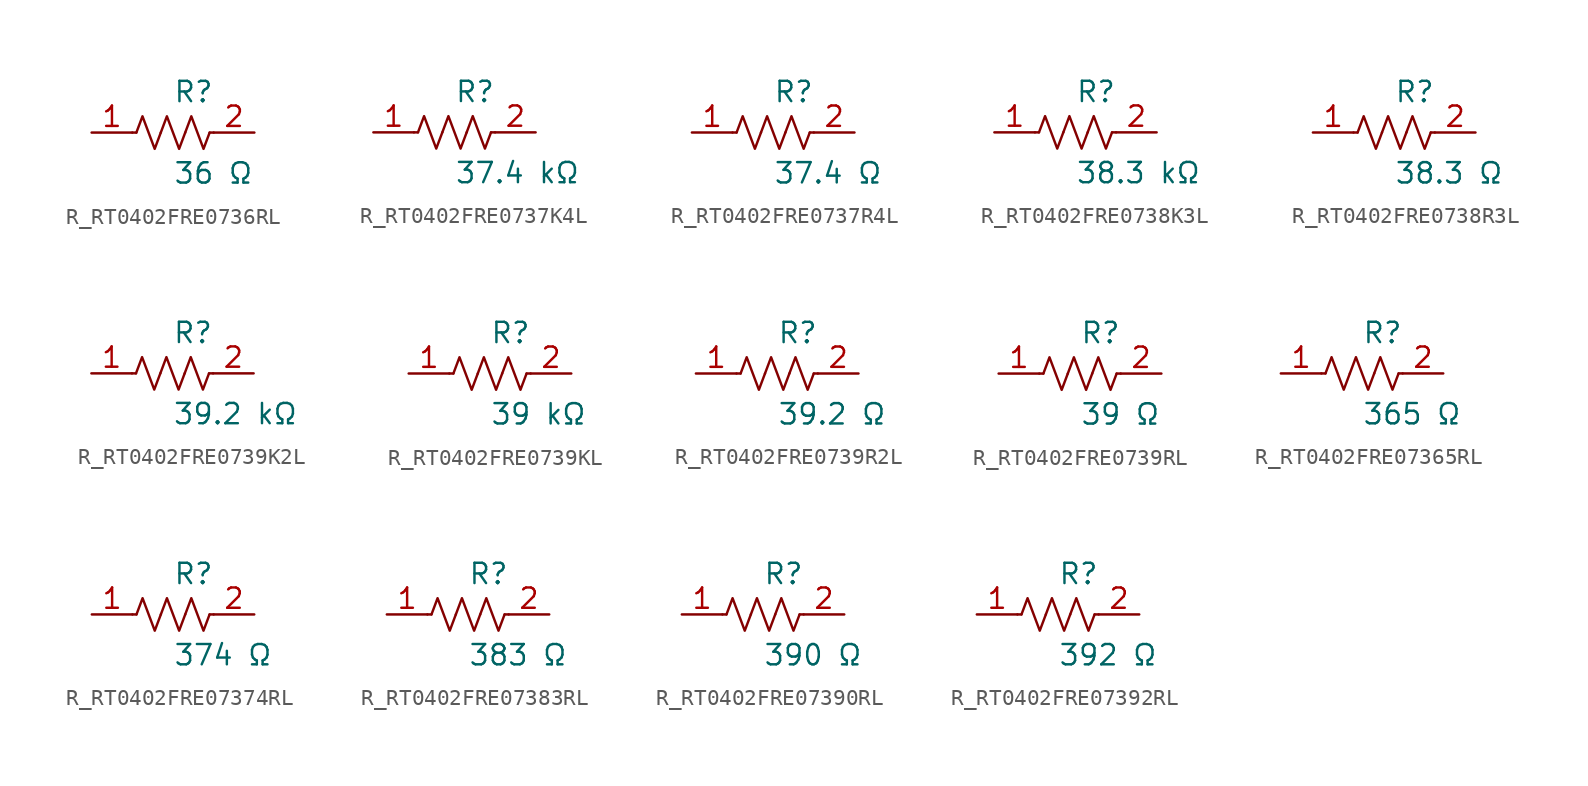
<source format=kicad_sym>
(kicad_symbol_lib
  (version 20231120)
  (generator kicad_symbol_editor)
  (generator_version 8.0)
  (symbol "R_RT0402FRE0736RL"
    (pin_names
      (offset 0.254))
    (property "Reference" "R"
      (at 0.0 2.54 0)
      (effects (font (size 1.27 1.27)) (justify left)))
    (property "Value" "36 Ω"
      (at 0.0 -2.54 0)
      (effects (font (size 1.27 1.27)) (justify left)))
    (symbol "R_RT0402FRE0736RL_0_1"
      (polyline (pts (xy 2.286 0) (xy 2.54 0)) (stroke (width 0) (type default)) (fill (type none)))
      (polyline (pts (xy -2.286 0) (xy -2.54 0)) (stroke (width 0) (type default)) (fill (type none)))
      (polyline (pts (xy 0.762 0) (xy 1.143 1.016) (xy 1.524 0) (xy 1.905 -1.016) (xy 2.286 0)) (stroke (width 0) (type default)) (fill (type none)))
      (polyline (pts (xy -0.762 0) (xy -0.381 1.016) (xy 0 0) (xy 0.381 -1.016) (xy 0.762 0)) (stroke (width 0) (type default)) (fill (type none)))
      (polyline (pts (xy -2.286 0) (xy -1.905 1.016) (xy -1.524 0) (xy -1.143 -1.016) (xy -0.762 0)) (stroke (width 0) (type default)) (fill (type none))))
    (pin unspecified line
      (at -5.08 0 0)
      (length 2.54)
      (name "" (effects (font (size 1.27 1.27))))
      (number "1" (effects (font (size 1.27 1.27)))))
    (pin unspecified line
      (at 5.08 0 180)
      (length 2.54)
      (name "" (effects (font (size 1.27 1.27))))
      (number "2" (effects (font (size 1.27 1.27))))))
  (symbol "R_RT0402FRE0737K4L"
    (pin_names
      (offset 0.254))
    (property "Reference" "R"
      (at 0.0 2.54 0)
      (effects (font (size 1.27 1.27)) (justify left)))
    (property "Value" "37.4 kΩ"
      (at 0.0 -2.54 0)
      (effects (font (size 1.27 1.27)) (justify left)))
    (symbol "R_RT0402FRE0737K4L_0_1"
      (polyline (pts (xy 2.286 0) (xy 2.54 0)) (stroke (width 0) (type default)) (fill (type none)))
      (polyline (pts (xy -2.286 0) (xy -2.54 0)) (stroke (width 0) (type default)) (fill (type none)))
      (polyline (pts (xy 0.762 0) (xy 1.143 1.016) (xy 1.524 0) (xy 1.905 -1.016) (xy 2.286 0)) (stroke (width 0) (type default)) (fill (type none)))
      (polyline (pts (xy -0.762 0) (xy -0.381 1.016) (xy 0 0) (xy 0.381 -1.016) (xy 0.762 0)) (stroke (width 0) (type default)) (fill (type none)))
      (polyline (pts (xy -2.286 0) (xy -1.905 1.016) (xy -1.524 0) (xy -1.143 -1.016) (xy -0.762 0)) (stroke (width 0) (type default)) (fill (type none))))
    (pin unspecified line
      (at -5.08 0 0)
      (length 2.54)
      (name "" (effects (font (size 1.27 1.27))))
      (number "1" (effects (font (size 1.27 1.27)))))
    (pin unspecified line
      (at 5.08 0 180)
      (length 2.54)
      (name "" (effects (font (size 1.27 1.27))))
      (number "2" (effects (font (size 1.27 1.27))))))
  (symbol "R_RT0402FRE0737R4L"
    (pin_names
      (offset 0.254))
    (property "Reference" "R"
      (at 0.0 2.54 0)
      (effects (font (size 1.27 1.27)) (justify left)))
    (property "Value" "37.4 Ω"
      (at 0.0 -2.54 0)
      (effects (font (size 1.27 1.27)) (justify left)))
    (symbol "R_RT0402FRE0737R4L_0_1"
      (polyline (pts (xy 2.286 0) (xy 2.54 0)) (stroke (width 0) (type default)) (fill (type none)))
      (polyline (pts (xy -2.286 0) (xy -2.54 0)) (stroke (width 0) (type default)) (fill (type none)))
      (polyline (pts (xy 0.762 0) (xy 1.143 1.016) (xy 1.524 0) (xy 1.905 -1.016) (xy 2.286 0)) (stroke (width 0) (type default)) (fill (type none)))
      (polyline (pts (xy -0.762 0) (xy -0.381 1.016) (xy 0 0) (xy 0.381 -1.016) (xy 0.762 0)) (stroke (width 0) (type default)) (fill (type none)))
      (polyline (pts (xy -2.286 0) (xy -1.905 1.016) (xy -1.524 0) (xy -1.143 -1.016) (xy -0.762 0)) (stroke (width 0) (type default)) (fill (type none))))
    (pin unspecified line
      (at -5.08 0 0)
      (length 2.54)
      (name "" (effects (font (size 1.27 1.27))))
      (number "1" (effects (font (size 1.27 1.27)))))
    (pin unspecified line
      (at 5.08 0 180)
      (length 2.54)
      (name "" (effects (font (size 1.27 1.27))))
      (number "2" (effects (font (size 1.27 1.27))))))
  (symbol "R_RT0402FRE0738K3L"
    (pin_names
      (offset 0.254))
    (property "Reference" "R"
      (at 0.0 2.54 0)
      (effects (font (size 1.27 1.27)) (justify left)))
    (property "Value" "38.3 kΩ"
      (at 0.0 -2.54 0)
      (effects (font (size 1.27 1.27)) (justify left)))
    (symbol "R_RT0402FRE0738K3L_0_1"
      (polyline (pts (xy 2.286 0) (xy 2.54 0)) (stroke (width 0) (type default)) (fill (type none)))
      (polyline (pts (xy -2.286 0) (xy -2.54 0)) (stroke (width 0) (type default)) (fill (type none)))
      (polyline (pts (xy 0.762 0) (xy 1.143 1.016) (xy 1.524 0) (xy 1.905 -1.016) (xy 2.286 0)) (stroke (width 0) (type default)) (fill (type none)))
      (polyline (pts (xy -0.762 0) (xy -0.381 1.016) (xy 0 0) (xy 0.381 -1.016) (xy 0.762 0)) (stroke (width 0) (type default)) (fill (type none)))
      (polyline (pts (xy -2.286 0) (xy -1.905 1.016) (xy -1.524 0) (xy -1.143 -1.016) (xy -0.762 0)) (stroke (width 0) (type default)) (fill (type none))))
    (pin unspecified line
      (at -5.08 0 0)
      (length 2.54)
      (name "" (effects (font (size 1.27 1.27))))
      (number "1" (effects (font (size 1.27 1.27)))))
    (pin unspecified line
      (at 5.08 0 180)
      (length 2.54)
      (name "" (effects (font (size 1.27 1.27))))
      (number "2" (effects (font (size 1.27 1.27))))))
  (symbol "R_RT0402FRE0738R3L"
    (pin_names
      (offset 0.254))
    (property "Reference" "R"
      (at 0.0 2.54 0)
      (effects (font (size 1.27 1.27)) (justify left)))
    (property "Value" "38.3 Ω"
      (at 0.0 -2.54 0)
      (effects (font (size 1.27 1.27)) (justify left)))
    (symbol "R_RT0402FRE0738R3L_0_1"
      (polyline (pts (xy 2.286 0) (xy 2.54 0)) (stroke (width 0) (type default)) (fill (type none)))
      (polyline (pts (xy -2.286 0) (xy -2.54 0)) (stroke (width 0) (type default)) (fill (type none)))
      (polyline (pts (xy 0.762 0) (xy 1.143 1.016) (xy 1.524 0) (xy 1.905 -1.016) (xy 2.286 0)) (stroke (width 0) (type default)) (fill (type none)))
      (polyline (pts (xy -0.762 0) (xy -0.381 1.016) (xy 0 0) (xy 0.381 -1.016) (xy 0.762 0)) (stroke (width 0) (type default)) (fill (type none)))
      (polyline (pts (xy -2.286 0) (xy -1.905 1.016) (xy -1.524 0) (xy -1.143 -1.016) (xy -0.762 0)) (stroke (width 0) (type default)) (fill (type none))))
    (pin unspecified line
      (at -5.08 0 0)
      (length 2.54)
      (name "" (effects (font (size 1.27 1.27))))
      (number "1" (effects (font (size 1.27 1.27)))))
    (pin unspecified line
      (at 5.08 0 180)
      (length 2.54)
      (name "" (effects (font (size 1.27 1.27))))
      (number "2" (effects (font (size 1.27 1.27))))))
  (symbol "R_RT0402FRE0739K2L"
    (pin_names
      (offset 0.254))
    (property "Reference" "R"
      (at 0.0 2.54 0)
      (effects (font (size 1.27 1.27)) (justify left)))
    (property "Value" "39.2 kΩ"
      (at 0.0 -2.54 0)
      (effects (font (size 1.27 1.27)) (justify left)))
    (symbol "R_RT0402FRE0739K2L_0_1"
      (polyline (pts (xy 2.286 0) (xy 2.54 0)) (stroke (width 0) (type default)) (fill (type none)))
      (polyline (pts (xy -2.286 0) (xy -2.54 0)) (stroke (width 0) (type default)) (fill (type none)))
      (polyline (pts (xy 0.762 0) (xy 1.143 1.016) (xy 1.524 0) (xy 1.905 -1.016) (xy 2.286 0)) (stroke (width 0) (type default)) (fill (type none)))
      (polyline (pts (xy -0.762 0) (xy -0.381 1.016) (xy 0 0) (xy 0.381 -1.016) (xy 0.762 0)) (stroke (width 0) (type default)) (fill (type none)))
      (polyline (pts (xy -2.286 0) (xy -1.905 1.016) (xy -1.524 0) (xy -1.143 -1.016) (xy -0.762 0)) (stroke (width 0) (type default)) (fill (type none))))
    (pin unspecified line
      (at -5.08 0 0)
      (length 2.54)
      (name "" (effects (font (size 1.27 1.27))))
      (number "1" (effects (font (size 1.27 1.27)))))
    (pin unspecified line
      (at 5.08 0 180)
      (length 2.54)
      (name "" (effects (font (size 1.27 1.27))))
      (number "2" (effects (font (size 1.27 1.27))))))
  (symbol "R_RT0402FRE0739KL"
    (pin_names
      (offset 0.254))
    (property "Reference" "R"
      (at 0.0 2.54 0)
      (effects (font (size 1.27 1.27)) (justify left)))
    (property "Value" "39 kΩ"
      (at 0.0 -2.54 0)
      (effects (font (size 1.27 1.27)) (justify left)))
    (symbol "R_RT0402FRE0739KL_0_1"
      (polyline (pts (xy 2.286 0) (xy 2.54 0)) (stroke (width 0) (type default)) (fill (type none)))
      (polyline (pts (xy -2.286 0) (xy -2.54 0)) (stroke (width 0) (type default)) (fill (type none)))
      (polyline (pts (xy 0.762 0) (xy 1.143 1.016) (xy 1.524 0) (xy 1.905 -1.016) (xy 2.286 0)) (stroke (width 0) (type default)) (fill (type none)))
      (polyline (pts (xy -0.762 0) (xy -0.381 1.016) (xy 0 0) (xy 0.381 -1.016) (xy 0.762 0)) (stroke (width 0) (type default)) (fill (type none)))
      (polyline (pts (xy -2.286 0) (xy -1.905 1.016) (xy -1.524 0) (xy -1.143 -1.016) (xy -0.762 0)) (stroke (width 0) (type default)) (fill (type none))))
    (pin unspecified line
      (at -5.08 0 0)
      (length 2.54)
      (name "" (effects (font (size 1.27 1.27))))
      (number "1" (effects (font (size 1.27 1.27)))))
    (pin unspecified line
      (at 5.08 0 180)
      (length 2.54)
      (name "" (effects (font (size 1.27 1.27))))
      (number "2" (effects (font (size 1.27 1.27))))))
  (symbol "R_RT0402FRE0739R2L"
    (pin_names
      (offset 0.254))
    (property "Reference" "R"
      (at 0.0 2.54 0)
      (effects (font (size 1.27 1.27)) (justify left)))
    (property "Value" "39.2 Ω"
      (at 0.0 -2.54 0)
      (effects (font (size 1.27 1.27)) (justify left)))
    (symbol "R_RT0402FRE0739R2L_0_1"
      (polyline (pts (xy 2.286 0) (xy 2.54 0)) (stroke (width 0) (type default)) (fill (type none)))
      (polyline (pts (xy -2.286 0) (xy -2.54 0)) (stroke (width 0) (type default)) (fill (type none)))
      (polyline (pts (xy 0.762 0) (xy 1.143 1.016) (xy 1.524 0) (xy 1.905 -1.016) (xy 2.286 0)) (stroke (width 0) (type default)) (fill (type none)))
      (polyline (pts (xy -0.762 0) (xy -0.381 1.016) (xy 0 0) (xy 0.381 -1.016) (xy 0.762 0)) (stroke (width 0) (type default)) (fill (type none)))
      (polyline (pts (xy -2.286 0) (xy -1.905 1.016) (xy -1.524 0) (xy -1.143 -1.016) (xy -0.762 0)) (stroke (width 0) (type default)) (fill (type none))))
    (pin unspecified line
      (at -5.08 0 0)
      (length 2.54)
      (name "" (effects (font (size 1.27 1.27))))
      (number "1" (effects (font (size 1.27 1.27)))))
    (pin unspecified line
      (at 5.08 0 180)
      (length 2.54)
      (name "" (effects (font (size 1.27 1.27))))
      (number "2" (effects (font (size 1.27 1.27))))))
  (symbol "R_RT0402FRE0739RL"
    (pin_names
      (offset 0.254))
    (property "Reference" "R"
      (at 0.0 2.54 0)
      (effects (font (size 1.27 1.27)) (justify left)))
    (property "Value" "39 Ω"
      (at 0.0 -2.54 0)
      (effects (font (size 1.27 1.27)) (justify left)))
    (symbol "R_RT0402FRE0739RL_0_1"
      (polyline (pts (xy 2.286 0) (xy 2.54 0)) (stroke (width 0) (type default)) (fill (type none)))
      (polyline (pts (xy -2.286 0) (xy -2.54 0)) (stroke (width 0) (type default)) (fill (type none)))
      (polyline (pts (xy 0.762 0) (xy 1.143 1.016) (xy 1.524 0) (xy 1.905 -1.016) (xy 2.286 0)) (stroke (width 0) (type default)) (fill (type none)))
      (polyline (pts (xy -0.762 0) (xy -0.381 1.016) (xy 0 0) (xy 0.381 -1.016) (xy 0.762 0)) (stroke (width 0) (type default)) (fill (type none)))
      (polyline (pts (xy -2.286 0) (xy -1.905 1.016) (xy -1.524 0) (xy -1.143 -1.016) (xy -0.762 0)) (stroke (width 0) (type default)) (fill (type none))))
    (pin unspecified line
      (at -5.08 0 0)
      (length 2.54)
      (name "" (effects (font (size 1.27 1.27))))
      (number "1" (effects (font (size 1.27 1.27)))))
    (pin unspecified line
      (at 5.08 0 180)
      (length 2.54)
      (name "" (effects (font (size 1.27 1.27))))
      (number "2" (effects (font (size 1.27 1.27))))))
  (symbol "R_RT0402FRE07365RL"
    (pin_names
      (offset 0.254))
    (property "Reference" "R"
      (at 0.0 2.54 0)
      (effects (font (size 1.27 1.27)) (justify left)))
    (property "Value" "365 Ω"
      (at 0.0 -2.54 0)
      (effects (font (size 1.27 1.27)) (justify left)))
    (symbol "R_RT0402FRE07365RL_0_1"
      (polyline (pts (xy 2.286 0) (xy 2.54 0)) (stroke (width 0) (type default)) (fill (type none)))
      (polyline (pts (xy -2.286 0) (xy -2.54 0)) (stroke (width 0) (type default)) (fill (type none)))
      (polyline (pts (xy 0.762 0) (xy 1.143 1.016) (xy 1.524 0) (xy 1.905 -1.016) (xy 2.286 0)) (stroke (width 0) (type default)) (fill (type none)))
      (polyline (pts (xy -0.762 0) (xy -0.381 1.016) (xy 0 0) (xy 0.381 -1.016) (xy 0.762 0)) (stroke (width 0) (type default)) (fill (type none)))
      (polyline (pts (xy -2.286 0) (xy -1.905 1.016) (xy -1.524 0) (xy -1.143 -1.016) (xy -0.762 0)) (stroke (width 0) (type default)) (fill (type none))))
    (pin unspecified line
      (at -5.08 0 0)
      (length 2.54)
      (name "" (effects (font (size 1.27 1.27))))
      (number "1" (effects (font (size 1.27 1.27)))))
    (pin unspecified line
      (at 5.08 0 180)
      (length 2.54)
      (name "" (effects (font (size 1.27 1.27))))
      (number "2" (effects (font (size 1.27 1.27))))))
  (symbol "R_RT0402FRE07374RL"
    (pin_names
      (offset 0.254))
    (property "Reference" "R"
      (at 0.0 2.54 0)
      (effects (font (size 1.27 1.27)) (justify left)))
    (property "Value" "374 Ω"
      (at 0.0 -2.54 0)
      (effects (font (size 1.27 1.27)) (justify left)))
    (symbol "R_RT0402FRE07374RL_0_1"
      (polyline (pts (xy 2.286 0) (xy 2.54 0)) (stroke (width 0) (type default)) (fill (type none)))
      (polyline (pts (xy -2.286 0) (xy -2.54 0)) (stroke (width 0) (type default)) (fill (type none)))
      (polyline (pts (xy 0.762 0) (xy 1.143 1.016) (xy 1.524 0) (xy 1.905 -1.016) (xy 2.286 0)) (stroke (width 0) (type default)) (fill (type none)))
      (polyline (pts (xy -0.762 0) (xy -0.381 1.016) (xy 0 0) (xy 0.381 -1.016) (xy 0.762 0)) (stroke (width 0) (type default)) (fill (type none)))
      (polyline (pts (xy -2.286 0) (xy -1.905 1.016) (xy -1.524 0) (xy -1.143 -1.016) (xy -0.762 0)) (stroke (width 0) (type default)) (fill (type none))))
    (pin unspecified line
      (at -5.08 0 0)
      (length 2.54)
      (name "" (effects (font (size 1.27 1.27))))
      (number "1" (effects (font (size 1.27 1.27)))))
    (pin unspecified line
      (at 5.08 0 180)
      (length 2.54)
      (name "" (effects (font (size 1.27 1.27))))
      (number "2" (effects (font (size 1.27 1.27))))))
  (symbol "R_RT0402FRE07383RL"
    (pin_names
      (offset 0.254))
    (property "Reference" "R"
      (at 0.0 2.54 0)
      (effects (font (size 1.27 1.27)) (justify left)))
    (property "Value" "383 Ω"
      (at 0.0 -2.54 0)
      (effects (font (size 1.27 1.27)) (justify left)))
    (symbol "R_RT0402FRE07383RL_0_1"
      (polyline (pts (xy 2.286 0) (xy 2.54 0)) (stroke (width 0) (type default)) (fill (type none)))
      (polyline (pts (xy -2.286 0) (xy -2.54 0)) (stroke (width 0) (type default)) (fill (type none)))
      (polyline (pts (xy 0.762 0) (xy 1.143 1.016) (xy 1.524 0) (xy 1.905 -1.016) (xy 2.286 0)) (stroke (width 0) (type default)) (fill (type none)))
      (polyline (pts (xy -0.762 0) (xy -0.381 1.016) (xy 0 0) (xy 0.381 -1.016) (xy 0.762 0)) (stroke (width 0) (type default)) (fill (type none)))
      (polyline (pts (xy -2.286 0) (xy -1.905 1.016) (xy -1.524 0) (xy -1.143 -1.016) (xy -0.762 0)) (stroke (width 0) (type default)) (fill (type none))))
    (pin unspecified line
      (at -5.08 0 0)
      (length 2.54)
      (name "" (effects (font (size 1.27 1.27))))
      (number "1" (effects (font (size 1.27 1.27)))))
    (pin unspecified line
      (at 5.08 0 180)
      (length 2.54)
      (name "" (effects (font (size 1.27 1.27))))
      (number "2" (effects (font (size 1.27 1.27))))))
  (symbol "R_RT0402FRE07390RL"
    (pin_names
      (offset 0.254))
    (property "Reference" "R"
      (at 0.0 2.54 0)
      (effects (font (size 1.27 1.27)) (justify left)))
    (property "Value" "390 Ω"
      (at 0.0 -2.54 0)
      (effects (font (size 1.27 1.27)) (justify left)))
    (symbol "R_RT0402FRE07390RL_0_1"
      (polyline (pts (xy 2.286 0) (xy 2.54 0)) (stroke (width 0) (type default)) (fill (type none)))
      (polyline (pts (xy -2.286 0) (xy -2.54 0)) (stroke (width 0) (type default)) (fill (type none)))
      (polyline (pts (xy 0.762 0) (xy 1.143 1.016) (xy 1.524 0) (xy 1.905 -1.016) (xy 2.286 0)) (stroke (width 0) (type default)) (fill (type none)))
      (polyline (pts (xy -0.762 0) (xy -0.381 1.016) (xy 0 0) (xy 0.381 -1.016) (xy 0.762 0)) (stroke (width 0) (type default)) (fill (type none)))
      (polyline (pts (xy -2.286 0) (xy -1.905 1.016) (xy -1.524 0) (xy -1.143 -1.016) (xy -0.762 0)) (stroke (width 0) (type default)) (fill (type none))))
    (pin unspecified line
      (at -5.08 0 0)
      (length 2.54)
      (name "" (effects (font (size 1.27 1.27))))
      (number "1" (effects (font (size 1.27 1.27)))))
    (pin unspecified line
      (at 5.08 0 180)
      (length 2.54)
      (name "" (effects (font (size 1.27 1.27))))
      (number "2" (effects (font (size 1.27 1.27))))))
  (symbol "R_RT0402FRE07392RL"
    (pin_names
      (offset 0.254))
    (property "Reference" "R"
      (at 0.0 2.54 0)
      (effects (font (size 1.27 1.27)) (justify left)))
    (property "Value" "392 Ω"
      (at 0.0 -2.54 0)
      (effects (font (size 1.27 1.27)) (justify left)))
    (symbol "R_RT0402FRE07392RL_0_1"
      (polyline (pts (xy 2.286 0) (xy 2.54 0)) (stroke (width 0) (type default)) (fill (type none)))
      (polyline (pts (xy -2.286 0) (xy -2.54 0)) (stroke (width 0) (type default)) (fill (type none)))
      (polyline (pts (xy 0.762 0) (xy 1.143 1.016) (xy 1.524 0) (xy 1.905 -1.016) (xy 2.286 0)) (stroke (width 0) (type default)) (fill (type none)))
      (polyline (pts (xy -0.762 0) (xy -0.381 1.016) (xy 0 0) (xy 0.381 -1.016) (xy 0.762 0)) (stroke (width 0) (type default)) (fill (type none)))
      (polyline (pts (xy -2.286 0) (xy -1.905 1.016) (xy -1.524 0) (xy -1.143 -1.016) (xy -0.762 0)) (stroke (width 0) (type default)) (fill (type none))))
    (pin unspecified line
      (at -5.08 0 0)
      (length 2.54)
      (name "" (effects (font (size 1.27 1.27))))
      (number "1" (effects (font (size 1.27 1.27)))))
    (pin unspecified line
      (at 5.08 0 180)
      (length 2.54)
      (name "" (effects (font (size 1.27 1.27))))
      (number "2" (effects (font (size 1.27 1.27)))))))
</source>
